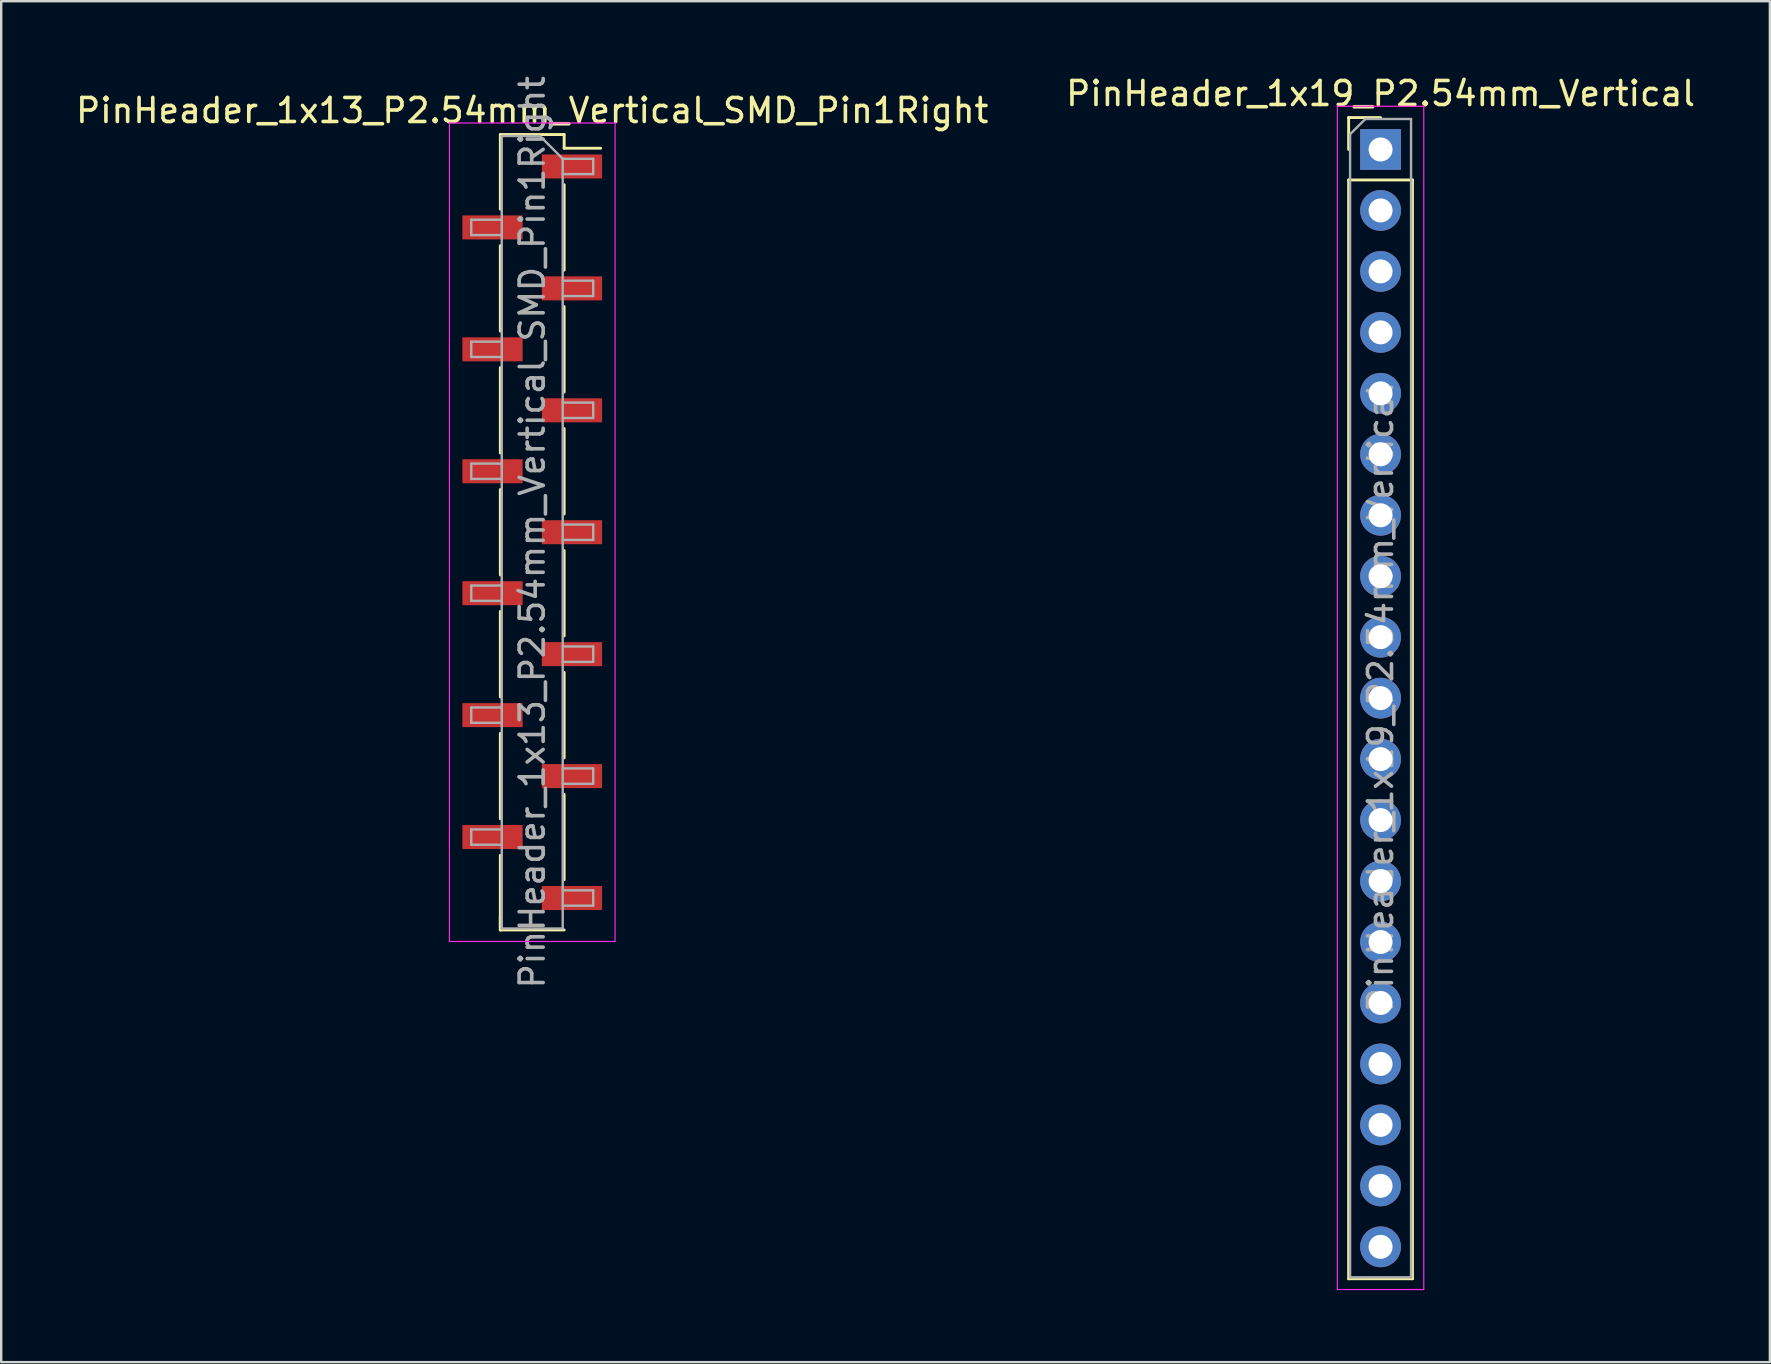
<source format=kicad_pcb>
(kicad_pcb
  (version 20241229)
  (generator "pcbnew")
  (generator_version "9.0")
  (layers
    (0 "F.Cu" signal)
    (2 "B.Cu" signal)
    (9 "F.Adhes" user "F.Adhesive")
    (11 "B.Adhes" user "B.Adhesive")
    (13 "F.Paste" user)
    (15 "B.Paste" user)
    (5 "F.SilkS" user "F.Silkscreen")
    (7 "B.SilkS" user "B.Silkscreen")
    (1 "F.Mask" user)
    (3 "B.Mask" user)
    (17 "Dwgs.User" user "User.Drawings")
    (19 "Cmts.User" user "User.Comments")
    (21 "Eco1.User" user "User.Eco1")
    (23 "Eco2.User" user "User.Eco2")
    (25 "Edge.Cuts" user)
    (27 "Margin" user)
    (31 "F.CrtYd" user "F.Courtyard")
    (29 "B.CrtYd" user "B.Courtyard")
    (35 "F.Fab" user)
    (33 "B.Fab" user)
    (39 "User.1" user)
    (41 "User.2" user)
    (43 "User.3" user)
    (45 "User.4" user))
  (footprint "PinHeader_1x19_P2.54mm_Vertical"
    (layer "F.Cu")
    (at 54.47 3.178)
    (property "Reference" "PinHeader_1x19_P2.54mm_Vertical" (at 0 -2.33 0) (layer "F.SilkS") (effects (font (size 1 1) (thickness 0.15))))
    (attr through_hole)
    (fp_line (start -1.33 -1.33) (end 0 -1.33) (stroke (width 0.12) (type solid)) (layer "F.SilkS"))
    (fp_line (start -1.33 0) (end -1.33 -1.33) (stroke (width 0.12) (type solid)) (layer "F.SilkS"))
    (fp_line (start -1.33 1.27) (end -1.33 47.05) (stroke (width 0.12) (type solid)) (layer "F.SilkS"))
    (fp_line (start -1.33 1.27) (end 1.33 1.27) (stroke (width 0.12) (type solid)) (layer "F.SilkS"))
    (fp_line (start -1.33 47.05) (end 1.33 47.05) (stroke (width 0.12) (type solid)) (layer "F.SilkS"))
    (fp_line (start 1.33 1.27) (end 1.33 47.05) (stroke (width 0.12) (type solid)) (layer "F.SilkS"))
    (fp_line (start -1.8 -1.8) (end -1.8 47.5) (stroke (width 0.05) (type solid)) (layer "F.CrtYd"))
    (fp_line (start -1.8 47.5) (end 1.8 47.5) (stroke (width 0.05) (type solid)) (layer "F.CrtYd"))
    (fp_line (start 1.8 -1.8) (end -1.8 -1.8) (stroke (width 0.05) (type solid)) (layer "F.CrtYd"))
    (fp_line (start 1.8 47.5) (end 1.8 -1.8) (stroke (width 0.05) (type solid)) (layer "F.CrtYd"))
    (fp_line (start -1.27 -0.635) (end -0.635 -1.27) (stroke (width 0.1) (type solid)) (layer "F.Fab"))
    (fp_line (start -1.27 46.99) (end -1.27 -0.635) (stroke (width 0.1) (type solid)) (layer "F.Fab"))
    (fp_line (start -0.635 -1.27) (end 1.27 -1.27) (stroke (width 0.1) (type solid)) (layer "F.Fab"))
    (fp_line (start 1.27 -1.27) (end 1.27 46.99) (stroke (width 0.1) (type solid)) (layer "F.Fab"))
    (fp_line (start 1.27 46.99) (end -1.27 46.99) (stroke (width 0.1) (type solid)) (layer "F.Fab"))
    (fp_text user "${REFERENCE}" (at 0 22.86 90) (layer "F.Fab") (effects (font (size 1 1) (thickness 0.15))))
    (pad "1" thru_hole rect (at 0 0) (size 1.7 1.7) (drill 1) (layers "*.Cu" "*.Mask"))
    (pad "2" thru_hole oval (at 0 2.54) (size 1.7 1.7) (drill 1) (layers "*.Cu" "*.Mask"))
    (pad "3" thru_hole oval (at 0 5.08) (size 1.7 1.7) (drill 1) (layers "*.Cu" "*.Mask"))
    (pad "4" thru_hole oval (at 0 7.62) (size 1.7 1.7) (drill 1) (layers "*.Cu" "*.Mask"))
    (pad "5" thru_hole oval (at 0 10.16) (size 1.7 1.7) (drill 1) (layers "*.Cu" "*.Mask"))
    (pad "6" thru_hole oval (at 0 12.7) (size 1.7 1.7) (drill 1) (layers "*.Cu" "*.Mask"))
    (pad "7" thru_hole oval (at 0 15.24) (size 1.7 1.7) (drill 1) (layers "*.Cu" "*.Mask"))
    (pad "8" thru_hole oval (at 0 17.78) (size 1.7 1.7) (drill 1) (layers "*.Cu" "*.Mask"))
    (pad "9" thru_hole oval (at 0 20.32) (size 1.7 1.7) (drill 1) (layers "*.Cu" "*.Mask"))
    (pad "10" thru_hole oval (at 0 22.86) (size 1.7 1.7) (drill 1) (layers "*.Cu" "*.Mask"))
    (pad "11" thru_hole oval (at 0 25.4) (size 1.7 1.7) (drill 1) (layers "*.Cu" "*.Mask"))
    (pad "12" thru_hole oval (at 0 27.94) (size 1.7 1.7) (drill 1) (layers "*.Cu" "*.Mask"))
    (pad "13" thru_hole oval (at 0 30.48) (size 1.7 1.7) (drill 1) (layers "*.Cu" "*.Mask"))
    (pad "14" thru_hole oval (at 0 33.02) (size 1.7 1.7) (drill 1) (layers "*.Cu" "*.Mask"))
    (pad "15" thru_hole oval (at 0 35.56) (size 1.7 1.7) (drill 1) (layers "*.Cu" "*.Mask"))
    (pad "16" thru_hole oval (at 0 38.1) (size 1.7 1.7) (drill 1) (layers "*.Cu" "*.Mask"))
    (pad "17" thru_hole oval (at 0 40.64) (size 1.7 1.7) (drill 1) (layers "*.Cu" "*.Mask"))
    (pad "18" thru_hole oval (at 0 43.18) (size 1.7 1.7) (drill 1) (layers "*.Cu" "*.Mask"))
    (pad "19" thru_hole oval (at 0 45.72) (size 1.7 1.7) (drill 1) (layers "*.Cu" "*.Mask")))
  (footprint "PinHeader_1x13_P2.54mm_Vertical_SMD_Pin1Right"
    (layer "F.Cu")
    (at 19.125 19.125)
    (property "Reference" "PinHeader_1x13_P2.54mm_Vertical_SMD_Pin1Right" (at 0 -17.57 0) (layer "F.SilkS") (effects (font (size 1 1) (thickness 0.15))))
    (attr smd)
    (fp_line (start -1.33 -16.57) (end -1.33 -13.46) (stroke (width 0.12) (type solid)) (layer "F.SilkS"))
    (fp_line (start -1.33 -16.57) (end 1.33 -16.57) (stroke (width 0.12) (type solid)) (layer "F.SilkS"))
    (fp_line (start -1.33 -11.94) (end -1.33 -8.38) (stroke (width 0.12) (type solid)) (layer "F.SilkS"))
    (fp_line (start -1.33 -6.86) (end -1.33 -3.3) (stroke (width 0.12) (type solid)) (layer "F.SilkS"))
    (fp_line (start -1.33 -1.78) (end -1.33 1.78) (stroke (width 0.12) (type solid)) (layer "F.SilkS"))
    (fp_line (start -1.33 3.3) (end -1.33 6.86) (stroke (width 0.12) (type solid)) (layer "F.SilkS"))
    (fp_line (start -1.33 8.38) (end -1.33 11.94) (stroke (width 0.12) (type solid)) (layer "F.SilkS"))
    (fp_line (start -1.33 13.46) (end -1.33 16.57) (stroke (width 0.12) (type solid)) (layer "F.SilkS"))
    (fp_line (start -1.33 16) (end -1.33 16.57) (stroke (width 0.12) (type solid)) (layer "F.SilkS"))
    (fp_line (start -1.33 16.57) (end 1.33 16.57) (stroke (width 0.12) (type solid)) (layer "F.SilkS"))
    (fp_line (start 1.33 -16.57) (end 1.33 -16) (stroke (width 0.12) (type solid)) (layer "F.SilkS"))
    (fp_line (start 1.33 -16) (end 2.85 -16) (stroke (width 0.12) (type solid)) (layer "F.SilkS"))
    (fp_line (start 1.33 -14.48) (end 1.33 -10.92) (stroke (width 0.12) (type solid)) (layer "F.SilkS"))
    (fp_line (start 1.33 -9.4) (end 1.33 -5.84) (stroke (width 0.12) (type solid)) (layer "F.SilkS"))
    (fp_line (start 1.33 -4.32) (end 1.33 -0.76) (stroke (width 0.12) (type solid)) (layer "F.SilkS"))
    (fp_line (start 1.33 0.76) (end 1.33 4.32) (stroke (width 0.12) (type solid)) (layer "F.SilkS"))
    (fp_line (start 1.33 5.84) (end 1.33 9.4) (stroke (width 0.12) (type solid)) (layer "F.SilkS"))
    (fp_line (start 1.33 10.92) (end 1.33 14.48) (stroke (width 0.12) (type solid)) (layer "F.SilkS"))
    (fp_line (start -3.45 -17.05) (end -3.45 17.05) (stroke (width 0.05) (type solid)) (layer "F.CrtYd"))
    (fp_line (start -3.45 17.05) (end 3.45 17.05) (stroke (width 0.05) (type solid)) (layer "F.CrtYd"))
    (fp_line (start 3.45 -17.05) (end -3.45 -17.05) (stroke (width 0.05) (type solid)) (layer "F.CrtYd"))
    (fp_line (start 3.45 17.05) (end 3.45 -17.05) (stroke (width 0.05) (type solid)) (layer "F.CrtYd"))
    (fp_line (start -2.54 -13.02) (end -2.54 -12.38) (stroke (width 0.1) (type solid)) (layer "F.Fab"))
    (fp_line (start -2.54 -12.38) (end -1.27 -12.38) (stroke (width 0.1) (type solid)) (layer "F.Fab"))
    (fp_line (start -2.54 -7.94) (end -2.54 -7.3) (stroke (width 0.1) (type solid)) (layer "F.Fab"))
    (fp_line (start -2.54 -7.3) (end -1.27 -7.3) (stroke (width 0.1) (type solid)) (layer "F.Fab"))
    (fp_line (start -2.54 -2.86) (end -2.54 -2.22) (stroke (width 0.1) (type solid)) (layer "F.Fab"))
    (fp_line (start -2.54 -2.22) (end -1.27 -2.22) (stroke (width 0.1) (type solid)) (layer "F.Fab"))
    (fp_line (start -2.54 2.22) (end -2.54 2.86) (stroke (width 0.1) (type solid)) (layer "F.Fab"))
    (fp_line (start -2.54 2.86) (end -1.27 2.86) (stroke (width 0.1) (type solid)) (layer "F.Fab"))
    (fp_line (start -2.54 7.3) (end -2.54 7.94) (stroke (width 0.1) (type solid)) (layer "F.Fab"))
    (fp_line (start -2.54 7.94) (end -1.27 7.94) (stroke (width 0.1) (type solid)) (layer "F.Fab"))
    (fp_line (start -2.54 12.38) (end -2.54 13.02) (stroke (width 0.1) (type solid)) (layer "F.Fab"))
    (fp_line (start -2.54 13.02) (end -1.27 13.02) (stroke (width 0.1) (type solid)) (layer "F.Fab"))
    (fp_line (start -1.27 -16.51) (end -1.27 16.51) (stroke (width 0.1) (type solid)) (layer "F.Fab"))
    (fp_line (start -1.27 -16.51) (end 0.32 -16.51) (stroke (width 0.1) (type solid)) (layer "F.Fab"))
    (fp_line (start -1.27 -13.02) (end -2.54 -13.02) (stroke (width 0.1) (type solid)) (layer "F.Fab"))
    (fp_line (start -1.27 -7.94) (end -2.54 -7.94) (stroke (width 0.1) (type solid)) (layer "F.Fab"))
    (fp_line (start -1.27 -2.86) (end -2.54 -2.86) (stroke (width 0.1) (type solid)) (layer "F.Fab"))
    (fp_line (start -1.27 2.22) (end -2.54 2.22) (stroke (width 0.1) (type solid)) (layer "F.Fab"))
    (fp_line (start -1.27 7.3) (end -2.54 7.3) (stroke (width 0.1) (type solid)) (layer "F.Fab"))
    (fp_line (start -1.27 12.38) (end -2.54 12.38) (stroke (width 0.1) (type solid)) (layer "F.Fab"))
    (fp_line (start 1.27 -15.56) (end 0.32 -16.51) (stroke (width 0.1) (type solid)) (layer "F.Fab"))
    (fp_line (start 1.27 -15.56) (end 2.54 -15.56) (stroke (width 0.1) (type solid)) (layer "F.Fab"))
    (fp_line (start 1.27 -10.48) (end 2.54 -10.48) (stroke (width 0.1) (type solid)) (layer "F.Fab"))
    (fp_line (start 1.27 -5.4) (end 2.54 -5.4) (stroke (width 0.1) (type solid)) (layer "F.Fab"))
    (fp_line (start 1.27 -0.32) (end 2.54 -0.32) (stroke (width 0.1) (type solid)) (layer "F.Fab"))
    (fp_line (start 1.27 4.76) (end 2.54 4.76) (stroke (width 0.1) (type solid)) (layer "F.Fab"))
    (fp_line (start 1.27 9.84) (end 2.54 9.84) (stroke (width 0.1) (type solid)) (layer "F.Fab"))
    (fp_line (start 1.27 14.92) (end 2.54 14.92) (stroke (width 0.1) (type solid)) (layer "F.Fab"))
    (fp_line (start 1.27 16.51) (end -1.27 16.51) (stroke (width 0.1) (type solid)) (layer "F.Fab"))
    (fp_line (start 1.27 16.51) (end 1.27 -15.56) (stroke (width 0.1) (type solid)) (layer "F.Fab"))
    (fp_line (start 2.54 -15.56) (end 2.54 -14.92) (stroke (width 0.1) (type solid)) (layer "F.Fab"))
    (fp_line (start 2.54 -14.92) (end 1.27 -14.92) (stroke (width 0.1) (type solid)) (layer "F.Fab"))
    (fp_line (start 2.54 -10.48) (end 2.54 -9.84) (stroke (width 0.1) (type solid)) (layer "F.Fab"))
    (fp_line (start 2.54 -9.84) (end 1.27 -9.84) (stroke (width 0.1) (type solid)) (layer "F.Fab"))
    (fp_line (start 2.54 -5.4) (end 2.54 -4.76) (stroke (width 0.1) (type solid)) (layer "F.Fab"))
    (fp_line (start 2.54 -4.76) (end 1.27 -4.76) (stroke (width 0.1) (type solid)) (layer "F.Fab"))
    (fp_line (start 2.54 -0.32) (end 2.54 0.32) (stroke (width 0.1) (type solid)) (layer "F.Fab"))
    (fp_line (start 2.54 0.32) (end 1.27 0.32) (stroke (width 0.1) (type solid)) (layer "F.Fab"))
    (fp_line (start 2.54 4.76) (end 2.54 5.4) (stroke (width 0.1) (type solid)) (layer "F.Fab"))
    (fp_line (start 2.54 5.4) (end 1.27 5.4) (stroke (width 0.1) (type solid)) (layer "F.Fab"))
    (fp_line (start 2.54 9.84) (end 2.54 10.48) (stroke (width 0.1) (type solid)) (layer "F.Fab"))
    (fp_line (start 2.54 10.48) (end 1.27 10.48) (stroke (width 0.1) (type solid)) (layer "F.Fab"))
    (fp_line (start 2.54 14.92) (end 2.54 15.56) (stroke (width 0.1) (type solid)) (layer "F.Fab"))
    (fp_line (start 2.54 15.56) (end 1.27 15.56) (stroke (width 0.1) (type solid)) (layer "F.Fab"))
    (fp_text user "${REFERENCE}" (at 0 0 90) (layer "F.Fab") (effects (font (size 1 1) (thickness 0.15))))
    (pad "1" smd rect (at 1.655 -15.24) (size 2.51 1) (layers "F.Cu" "F.Mask" "F.Paste"))
    (pad "2" smd rect (at -1.655 -12.7) (size 2.51 1) (layers "F.Cu" "F.Mask" "F.Paste"))
    (pad "3" smd rect (at 1.655 -10.16) (size 2.51 1) (layers "F.Cu" "F.Mask" "F.Paste"))
    (pad "4" smd rect (at -1.655 -7.62) (size 2.51 1) (layers "F.Cu" "F.Mask" "F.Paste"))
    (pad "5" smd rect (at 1.655 -5.08) (size 2.51 1) (layers "F.Cu" "F.Mask" "F.Paste"))
    (pad "6" smd rect (at -1.655 -2.54) (size 2.51 1) (layers "F.Cu" "F.Mask" "F.Paste"))
    (pad "7" smd rect (at 1.655 0) (size 2.51 1) (layers "F.Cu" "F.Mask" "F.Paste"))
    (pad "8" smd rect (at -1.655 2.54) (size 2.51 1) (layers "F.Cu" "F.Mask" "F.Paste"))
    (pad "9" smd rect (at 1.655 5.08) (size 2.51 1) (layers "F.Cu" "F.Mask" "F.Paste"))
    (pad "10" smd rect (at -1.655 7.62) (size 2.51 1) (layers "F.Cu" "F.Mask" "F.Paste"))
    (pad "11" smd rect (at 1.655 10.16) (size 2.51 1) (layers "F.Cu" "F.Mask" "F.Paste"))
    (pad "12" smd rect (at -1.655 12.7) (size 2.51 1) (layers "F.Cu" "F.Mask" "F.Paste"))
    (pad "13" smd rect (at 1.655 15.24) (size 2.51 1) (layers "F.Cu" "F.Mask" "F.Paste")))
  (gr_rect
    (start -3 -3)
    (end 70.69 53.703)
    (stroke (width 0.1) (type default))
    (fill no)
    (layer "Edge.Cuts")))
</source>
